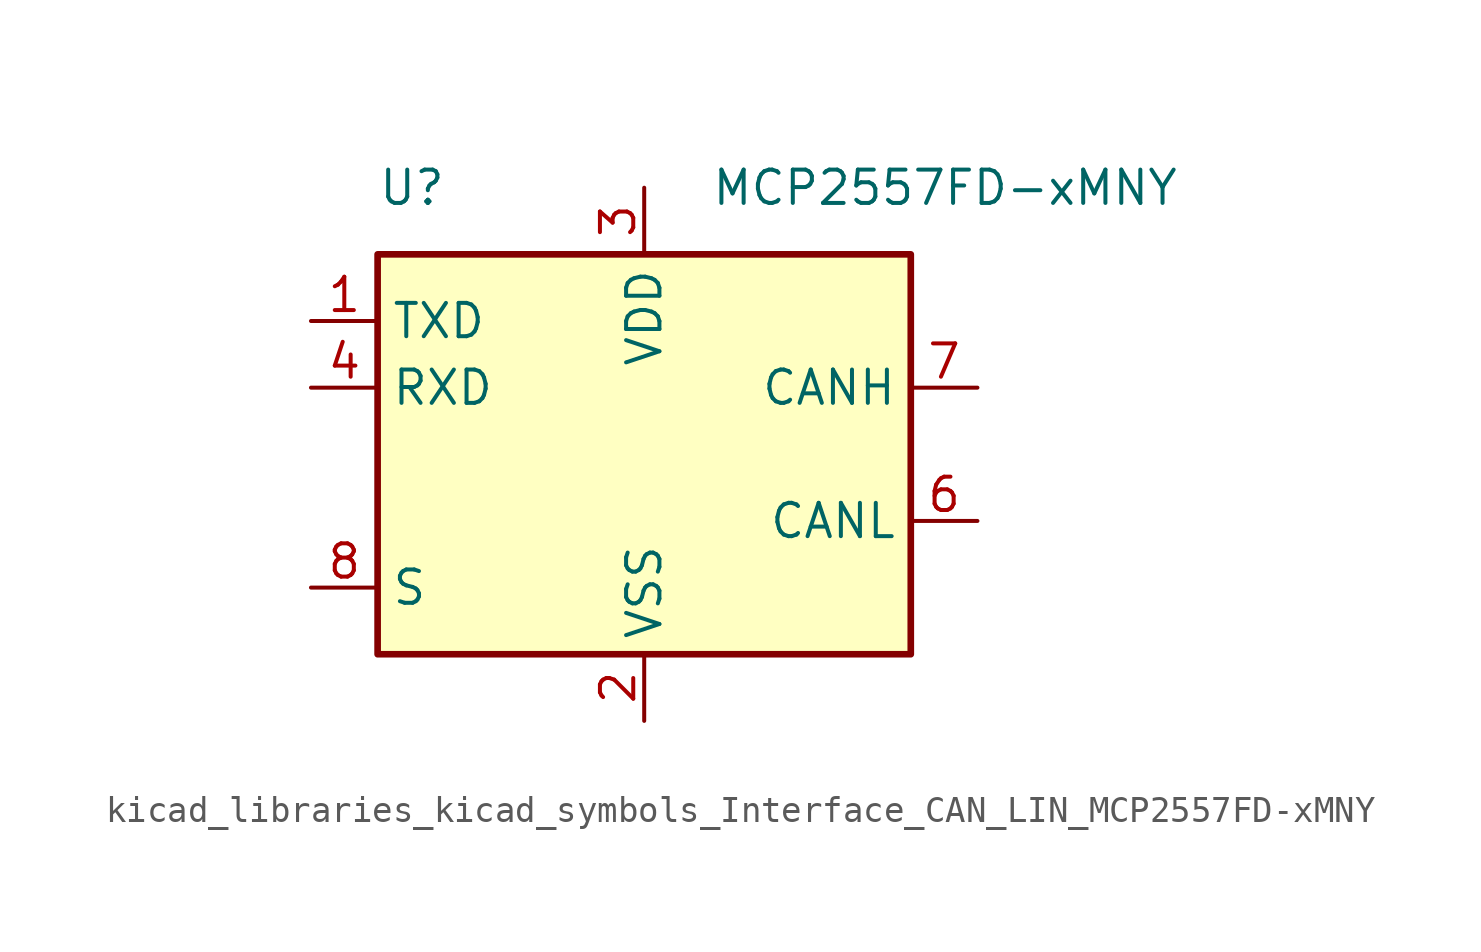
<source format=kicad_sym>
(kicad_symbol_lib
  (version 20220914)
  (generator kicad_symbol_editor)
  (symbol "kicad_libraries_kicad_symbols_Interface_CAN_LIN_MCP2557FD-xMNY"
    (property "Reference" "U"
      (at -10.16 10.16 0)
      (effects (font (size 1.27 1.27)) (justify left)))
    (property "Value" "MCP2557FD-xMNY"
      (at 2.54 10.16 0)
      (effects (font (size 1.27 1.27)) (justify left)))
    (symbol "kicad_libraries_kicad_symbols_Interface_CAN_LIN_MCP2557FD-xMNY_0_1"
      (rectangle (start -10.16 7.62) (end 10.16 -7.62) (stroke (width 0.254) (type default)) (fill (type background))))
    (symbol "kicad_libraries_kicad_symbols_Interface_CAN_LIN_MCP2557FD-xMNY_1_1"
      (pin input line (at -12.7 5.08 0) (length 2.54) (name "TXD" (effects (font (size 1.27 1.27)))) (number "1" (effects (font (size 1.27 1.27)))))
      (pin power_in line (at 0 -10.16 90) (length 2.54) (name "VSS" (effects (font (size 1.27 1.27)))) (number "2" (effects (font (size 1.27 1.27)))))
      (pin power_in line (at 0 10.16 270) (length 2.54) (name "VDD" (effects (font (size 1.27 1.27)))) (number "3" (effects (font (size 1.27 1.27)))))
      (pin output line (at -12.7 2.54 0) (length 2.54) (name "RXD" (effects (font (size 1.27 1.27)))) (number "4" (effects (font (size 1.27 1.27)))))
      (pin no_connect line (at -10.16 -2.54 0) (length 2.54) hide (name "NC" (effects (font (size 1.27 1.27)))) (number "5" (effects (font (size 1.27 1.27)))))
      (pin bidirectional line (at 12.7 -2.54 180) (length 2.54) (name "CANL" (effects (font (size 1.27 1.27)))) (number "6" (effects (font (size 1.27 1.27)))))
      (pin bidirectional line (at 12.7 2.54 180) (length 2.54) (name "CANH" (effects (font (size 1.27 1.27)))) (number "7" (effects (font (size 1.27 1.27)))))
      (pin input line (at -12.7 -5.08 0) (length 2.54) (name "S" (effects (font (size 1.27 1.27)))) (number "8" (effects (font (size 1.27 1.27)))))
      (pin passive line (at 0 -10.16 90) (length 2.54) hide (name "VSS" (effects (font (size 1.27 1.27)))) (number "9" (effects (font (size 1.27 1.27))))))))
</source>
